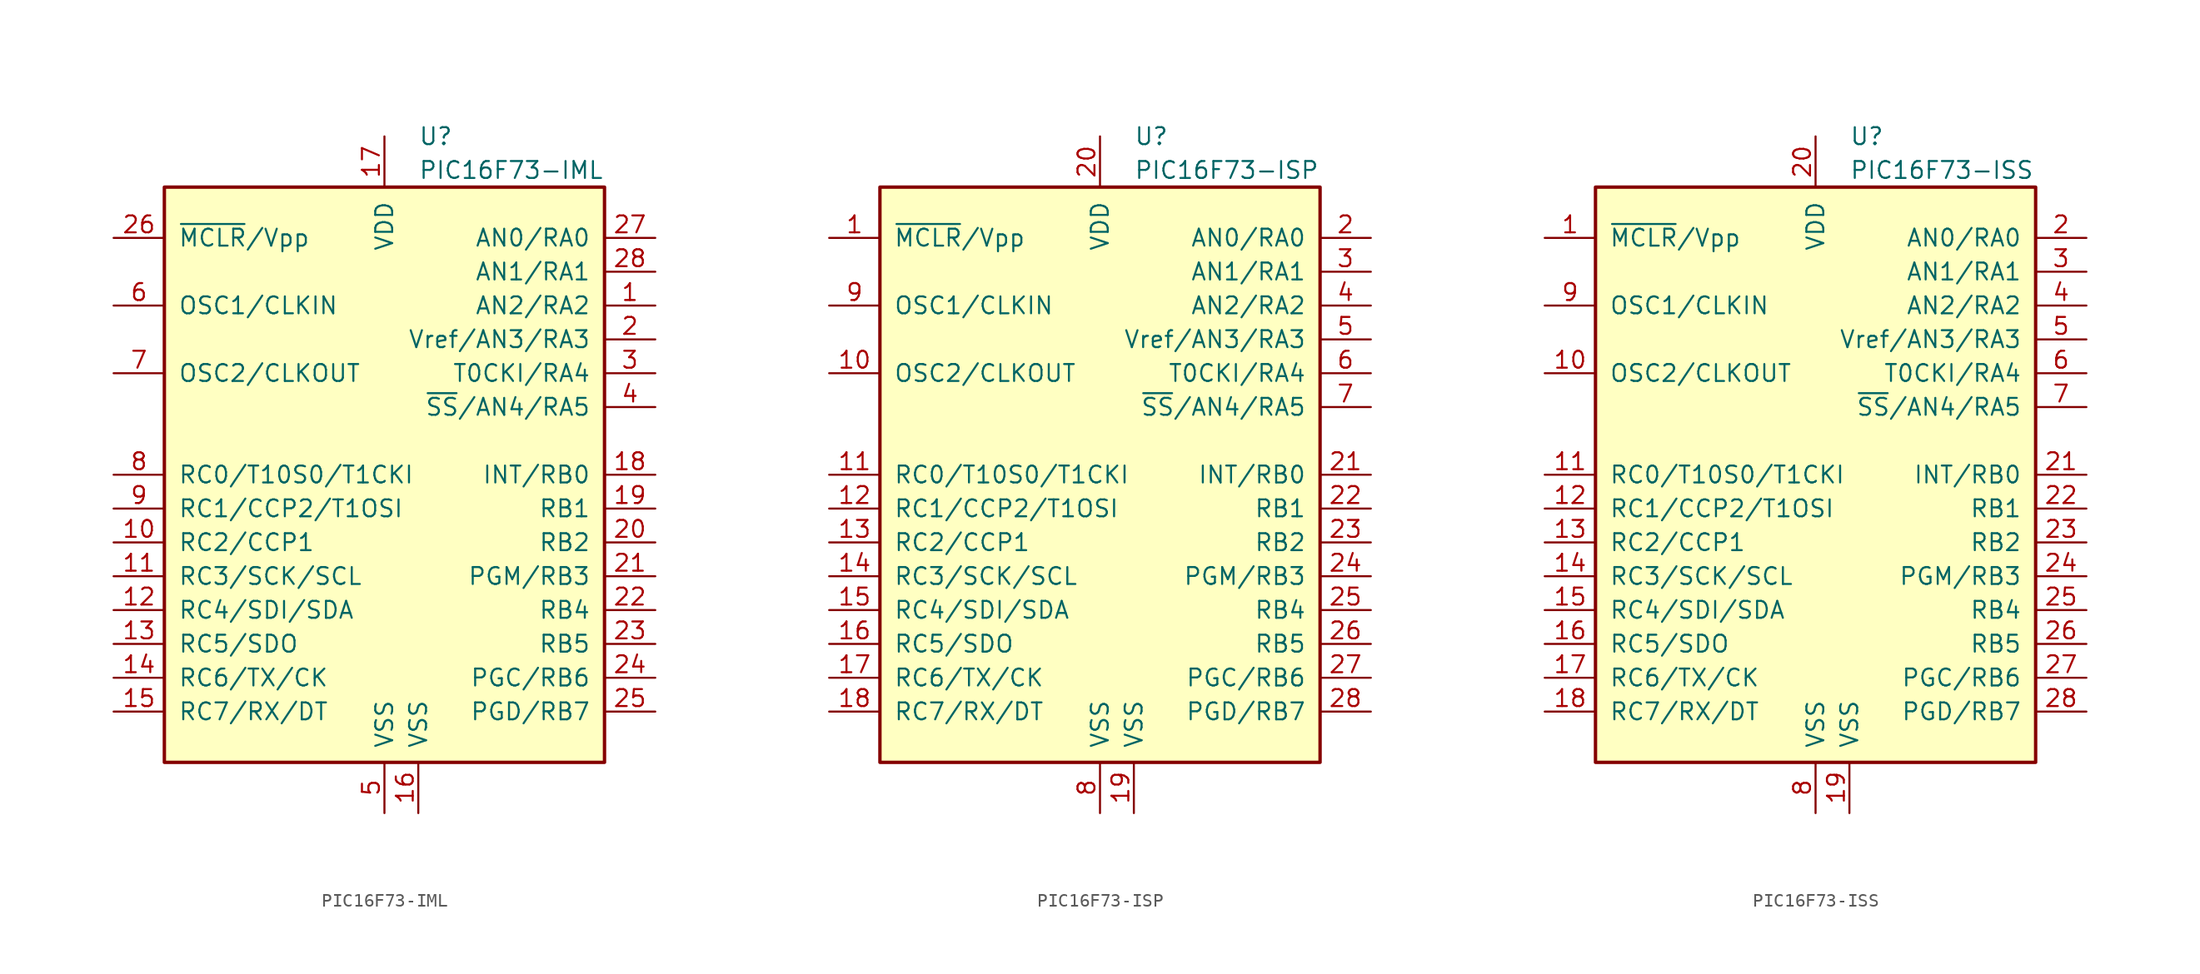
<source format=kicad_sym>
(kicad_symbol_lib
  (version 20220914)
  (generator kicad_symbol_editor)
  (symbol "PIC16F73-IML"
    (pin_names
      (offset 1.016))
    (property "Reference" "U"
      (at 2.54 25.4 0)
      (effects (font (size 1.27 1.27)) (justify left)))
    (property "Value" "PIC16F73-IML"
      (at 2.54 22.86 0)
      (effects (font (size 1.27 1.27)) (justify left)))
    (symbol "PIC16F73-IML_0_1"
      (rectangle (start -16.51 -21.59) (end 16.51 21.59) (stroke (width 0.254) (type default)) (fill (type background))))
    (symbol "PIC16F73-IML_1_1"
      (pin bidirectional line (at 20.32 12.7 180) (length 3.81) (name "AN2/RA2" (effects (font (size 1.27 1.27)))) (number "1" (effects (font (size 1.27 1.27)))))
      (pin bidirectional line (at -20.32 -5.08 0) (length 3.81) (name "RC2/CCP1" (effects (font (size 1.27 1.27)))) (number "10" (effects (font (size 1.27 1.27)))))
      (pin bidirectional line (at -20.32 -7.62 0) (length 3.81) (name "RC3/SCK/SCL" (effects (font (size 1.27 1.27)))) (number "11" (effects (font (size 1.27 1.27)))))
      (pin bidirectional line (at -20.32 -10.16 0) (length 3.81) (name "RC4/SDI/SDA" (effects (font (size 1.27 1.27)))) (number "12" (effects (font (size 1.27 1.27)))))
      (pin bidirectional line (at -20.32 -12.7 0) (length 3.81) (name "RC5/SDO" (effects (font (size 1.27 1.27)))) (number "13" (effects (font (size 1.27 1.27)))))
      (pin bidirectional line (at -20.32 -15.24 0) (length 3.81) (name "RC6/TX/CK" (effects (font (size 1.27 1.27)))) (number "14" (effects (font (size 1.27 1.27)))))
      (pin bidirectional line (at -20.32 -17.78 0) (length 3.81) (name "RC7/RX/DT" (effects (font (size 1.27 1.27)))) (number "15" (effects (font (size 1.27 1.27)))))
      (pin power_in line (at 2.54 -25.4 90) (length 3.81) (name "VSS" (effects (font (size 1.27 1.27)))) (number "16" (effects (font (size 1.27 1.27)))))
      (pin power_in line (at 0 25.4 270) (length 3.81) (name "VDD" (effects (font (size 1.27 1.27)))) (number "17" (effects (font (size 1.27 1.27)))))
      (pin bidirectional line (at 20.32 0 180) (length 3.81) (name "INT/RB0" (effects (font (size 1.27 1.27)))) (number "18" (effects (font (size 1.27 1.27)))))
      (pin bidirectional line (at 20.32 -2.54 180) (length 3.81) (name "RB1" (effects (font (size 1.27 1.27)))) (number "19" (effects (font (size 1.27 1.27)))))
      (pin bidirectional line (at 20.32 10.16 180) (length 3.81) (name "Vref/AN3/RA3" (effects (font (size 1.27 1.27)))) (number "2" (effects (font (size 1.27 1.27)))))
      (pin bidirectional line (at 20.32 -5.08 180) (length 3.81) (name "RB2" (effects (font (size 1.27 1.27)))) (number "20" (effects (font (size 1.27 1.27)))))
      (pin bidirectional line (at 20.32 -7.62 180) (length 3.81) (name "PGM/RB3" (effects (font (size 1.27 1.27)))) (number "21" (effects (font (size 1.27 1.27)))))
      (pin bidirectional line (at 20.32 -10.16 180) (length 3.81) (name "RB4" (effects (font (size 1.27 1.27)))) (number "22" (effects (font (size 1.27 1.27)))))
      (pin bidirectional line (at 20.32 -12.7 180) (length 3.81) (name "RB5" (effects (font (size 1.27 1.27)))) (number "23" (effects (font (size 1.27 1.27)))))
      (pin bidirectional line (at 20.32 -15.24 180) (length 3.81) (name "PGC/RB6" (effects (font (size 1.27 1.27)))) (number "24" (effects (font (size 1.27 1.27)))))
      (pin bidirectional line (at 20.32 -17.78 180) (length 3.81) (name "PGD/RB7" (effects (font (size 1.27 1.27)))) (number "25" (effects (font (size 1.27 1.27)))))
      (pin input line (at -20.32 17.78 0) (length 3.81) (name "~{MCLR}/Vpp" (effects (font (size 1.27 1.27)))) (number "26" (effects (font (size 1.27 1.27)))))
      (pin bidirectional line (at 20.32 17.78 180) (length 3.81) (name "AN0/RA0" (effects (font (size 1.27 1.27)))) (number "27" (effects (font (size 1.27 1.27)))))
      (pin bidirectional line (at 20.32 15.24 180) (length 3.81) (name "AN1/RA1" (effects (font (size 1.27 1.27)))) (number "28" (effects (font (size 1.27 1.27)))))
      (pin bidirectional line (at 20.32 7.62 180) (length 3.81) (name "T0CKI/RA4" (effects (font (size 1.27 1.27)))) (number "3" (effects (font (size 1.27 1.27)))))
      (pin bidirectional line (at 20.32 5.08 180) (length 3.81) (name "~{SS}/AN4/RA5" (effects (font (size 1.27 1.27)))) (number "4" (effects (font (size 1.27 1.27)))))
      (pin power_in line (at 0 -25.4 90) (length 3.81) (name "VSS" (effects (font (size 1.27 1.27)))) (number "5" (effects (font (size 1.27 1.27)))))
      (pin input line (at -20.32 12.7 0) (length 3.81) (name "OSC1/CLKIN" (effects (font (size 1.27 1.27)))) (number "6" (effects (font (size 1.27 1.27)))))
      (pin output line (at -20.32 7.62 0) (length 3.81) (name "OSC2/CLKOUT" (effects (font (size 1.27 1.27)))) (number "7" (effects (font (size 1.27 1.27)))))
      (pin bidirectional line (at -20.32 0 0) (length 3.81) (name "RC0/T10S0/T1CKI" (effects (font (size 1.27 1.27)))) (number "8" (effects (font (size 1.27 1.27)))))
      (pin bidirectional line (at -20.32 -2.54 0) (length 3.81) (name "RC1/CCP2/T1OSI" (effects (font (size 1.27 1.27)))) (number "9" (effects (font (size 1.27 1.27)))))))
  (symbol "PIC16F73-ISP"
    (pin_names
      (offset 1.016))
    (property "Reference" "U"
      (at 2.54 25.4 0)
      (effects (font (size 1.27 1.27)) (justify left)))
    (property "Value" "PIC16F73-ISP"
      (at 2.54 22.86 0)
      (effects (font (size 1.27 1.27)) (justify left)))
    (symbol "PIC16F73-ISP_0_1"
      (rectangle (start -16.51 -21.59) (end 16.51 21.59) (stroke (width 0.254) (type default)) (fill (type background))))
    (symbol "PIC16F73-ISP_1_1"
      (pin input line (at -20.32 17.78 0) (length 3.81) (name "~{MCLR}/Vpp" (effects (font (size 1.27 1.27)))) (number "1" (effects (font (size 1.27 1.27)))))
      (pin output line (at -20.32 7.62 0) (length 3.81) (name "OSC2/CLKOUT" (effects (font (size 1.27 1.27)))) (number "10" (effects (font (size 1.27 1.27)))))
      (pin bidirectional line (at -20.32 0 0) (length 3.81) (name "RC0/T10S0/T1CKI" (effects (font (size 1.27 1.27)))) (number "11" (effects (font (size 1.27 1.27)))))
      (pin bidirectional line (at -20.32 -2.54 0) (length 3.81) (name "RC1/CCP2/T1OSI" (effects (font (size 1.27 1.27)))) (number "12" (effects (font (size 1.27 1.27)))))
      (pin bidirectional line (at -20.32 -5.08 0) (length 3.81) (name "RC2/CCP1" (effects (font (size 1.27 1.27)))) (number "13" (effects (font (size 1.27 1.27)))))
      (pin bidirectional line (at -20.32 -7.62 0) (length 3.81) (name "RC3/SCK/SCL" (effects (font (size 1.27 1.27)))) (number "14" (effects (font (size 1.27 1.27)))))
      (pin bidirectional line (at -20.32 -10.16 0) (length 3.81) (name "RC4/SDI/SDA" (effects (font (size 1.27 1.27)))) (number "15" (effects (font (size 1.27 1.27)))))
      (pin bidirectional line (at -20.32 -12.7 0) (length 3.81) (name "RC5/SDO" (effects (font (size 1.27 1.27)))) (number "16" (effects (font (size 1.27 1.27)))))
      (pin bidirectional line (at -20.32 -15.24 0) (length 3.81) (name "RC6/TX/CK" (effects (font (size 1.27 1.27)))) (number "17" (effects (font (size 1.27 1.27)))))
      (pin bidirectional line (at -20.32 -17.78 0) (length 3.81) (name "RC7/RX/DT" (effects (font (size 1.27 1.27)))) (number "18" (effects (font (size 1.27 1.27)))))
      (pin power_in line (at 2.54 -25.4 90) (length 3.81) (name "VSS" (effects (font (size 1.27 1.27)))) (number "19" (effects (font (size 1.27 1.27)))))
      (pin bidirectional line (at 20.32 17.78 180) (length 3.81) (name "AN0/RA0" (effects (font (size 1.27 1.27)))) (number "2" (effects (font (size 1.27 1.27)))))
      (pin power_in line (at 0 25.4 270) (length 3.81) (name "VDD" (effects (font (size 1.27 1.27)))) (number "20" (effects (font (size 1.27 1.27)))))
      (pin bidirectional line (at 20.32 0 180) (length 3.81) (name "INT/RB0" (effects (font (size 1.27 1.27)))) (number "21" (effects (font (size 1.27 1.27)))))
      (pin bidirectional line (at 20.32 -2.54 180) (length 3.81) (name "RB1" (effects (font (size 1.27 1.27)))) (number "22" (effects (font (size 1.27 1.27)))))
      (pin bidirectional line (at 20.32 -5.08 180) (length 3.81) (name "RB2" (effects (font (size 1.27 1.27)))) (number "23" (effects (font (size 1.27 1.27)))))
      (pin bidirectional line (at 20.32 -7.62 180) (length 3.81) (name "PGM/RB3" (effects (font (size 1.27 1.27)))) (number "24" (effects (font (size 1.27 1.27)))))
      (pin bidirectional line (at 20.32 -10.16 180) (length 3.81) (name "RB4" (effects (font (size 1.27 1.27)))) (number "25" (effects (font (size 1.27 1.27)))))
      (pin bidirectional line (at 20.32 -12.7 180) (length 3.81) (name "RB5" (effects (font (size 1.27 1.27)))) (number "26" (effects (font (size 1.27 1.27)))))
      (pin bidirectional line (at 20.32 -15.24 180) (length 3.81) (name "PGC/RB6" (effects (font (size 1.27 1.27)))) (number "27" (effects (font (size 1.27 1.27)))))
      (pin bidirectional line (at 20.32 -17.78 180) (length 3.81) (name "PGD/RB7" (effects (font (size 1.27 1.27)))) (number "28" (effects (font (size 1.27 1.27)))))
      (pin bidirectional line (at 20.32 15.24 180) (length 3.81) (name "AN1/RA1" (effects (font (size 1.27 1.27)))) (number "3" (effects (font (size 1.27 1.27)))))
      (pin bidirectional line (at 20.32 12.7 180) (length 3.81) (name "AN2/RA2" (effects (font (size 1.27 1.27)))) (number "4" (effects (font (size 1.27 1.27)))))
      (pin bidirectional line (at 20.32 10.16 180) (length 3.81) (name "Vref/AN3/RA3" (effects (font (size 1.27 1.27)))) (number "5" (effects (font (size 1.27 1.27)))))
      (pin bidirectional line (at 20.32 7.62 180) (length 3.81) (name "T0CKI/RA4" (effects (font (size 1.27 1.27)))) (number "6" (effects (font (size 1.27 1.27)))))
      (pin bidirectional line (at 20.32 5.08 180) (length 3.81) (name "~{SS}/AN4/RA5" (effects (font (size 1.27 1.27)))) (number "7" (effects (font (size 1.27 1.27)))))
      (pin power_in line (at 0 -25.4 90) (length 3.81) (name "VSS" (effects (font (size 1.27 1.27)))) (number "8" (effects (font (size 1.27 1.27)))))
      (pin input line (at -20.32 12.7 0) (length 3.81) (name "OSC1/CLKIN" (effects (font (size 1.27 1.27)))) (number "9" (effects (font (size 1.27 1.27)))))))
  (symbol "PIC16F73-ISS"
    (pin_names
      (offset 1.016))
    (property "Reference" "U"
      (at 2.54 25.4 0)
      (effects (font (size 1.27 1.27)) (justify left)))
    (property "Value" "PIC16F73-ISS"
      (at 2.54 22.86 0)
      (effects (font (size 1.27 1.27)) (justify left)))
    (symbol "PIC16F73-ISS_0_1"
      (rectangle (start -16.51 -21.59) (end 16.51 21.59) (stroke (width 0.254) (type default)) (fill (type background))))
    (symbol "PIC16F73-ISS_1_1"
      (pin input line (at -20.32 17.78 0) (length 3.81) (name "~{MCLR}/Vpp" (effects (font (size 1.27 1.27)))) (number "1" (effects (font (size 1.27 1.27)))))
      (pin output line (at -20.32 7.62 0) (length 3.81) (name "OSC2/CLKOUT" (effects (font (size 1.27 1.27)))) (number "10" (effects (font (size 1.27 1.27)))))
      (pin bidirectional line (at -20.32 0 0) (length 3.81) (name "RC0/T10S0/T1CKI" (effects (font (size 1.27 1.27)))) (number "11" (effects (font (size 1.27 1.27)))))
      (pin bidirectional line (at -20.32 -2.54 0) (length 3.81) (name "RC1/CCP2/T1OSI" (effects (font (size 1.27 1.27)))) (number "12" (effects (font (size 1.27 1.27)))))
      (pin bidirectional line (at -20.32 -5.08 0) (length 3.81) (name "RC2/CCP1" (effects (font (size 1.27 1.27)))) (number "13" (effects (font (size 1.27 1.27)))))
      (pin bidirectional line (at -20.32 -7.62 0) (length 3.81) (name "RC3/SCK/SCL" (effects (font (size 1.27 1.27)))) (number "14" (effects (font (size 1.27 1.27)))))
      (pin bidirectional line (at -20.32 -10.16 0) (length 3.81) (name "RC4/SDI/SDA" (effects (font (size 1.27 1.27)))) (number "15" (effects (font (size 1.27 1.27)))))
      (pin bidirectional line (at -20.32 -12.7 0) (length 3.81) (name "RC5/SDO" (effects (font (size 1.27 1.27)))) (number "16" (effects (font (size 1.27 1.27)))))
      (pin bidirectional line (at -20.32 -15.24 0) (length 3.81) (name "RC6/TX/CK" (effects (font (size 1.27 1.27)))) (number "17" (effects (font (size 1.27 1.27)))))
      (pin bidirectional line (at -20.32 -17.78 0) (length 3.81) (name "RC7/RX/DT" (effects (font (size 1.27 1.27)))) (number "18" (effects (font (size 1.27 1.27)))))
      (pin power_in line (at 2.54 -25.4 90) (length 3.81) (name "VSS" (effects (font (size 1.27 1.27)))) (number "19" (effects (font (size 1.27 1.27)))))
      (pin bidirectional line (at 20.32 17.78 180) (length 3.81) (name "AN0/RA0" (effects (font (size 1.27 1.27)))) (number "2" (effects (font (size 1.27 1.27)))))
      (pin power_in line (at 0 25.4 270) (length 3.81) (name "VDD" (effects (font (size 1.27 1.27)))) (number "20" (effects (font (size 1.27 1.27)))))
      (pin bidirectional line (at 20.32 0 180) (length 3.81) (name "INT/RB0" (effects (font (size 1.27 1.27)))) (number "21" (effects (font (size 1.27 1.27)))))
      (pin bidirectional line (at 20.32 -2.54 180) (length 3.81) (name "RB1" (effects (font (size 1.27 1.27)))) (number "22" (effects (font (size 1.27 1.27)))))
      (pin bidirectional line (at 20.32 -5.08 180) (length 3.81) (name "RB2" (effects (font (size 1.27 1.27)))) (number "23" (effects (font (size 1.27 1.27)))))
      (pin bidirectional line (at 20.32 -7.62 180) (length 3.81) (name "PGM/RB3" (effects (font (size 1.27 1.27)))) (number "24" (effects (font (size 1.27 1.27)))))
      (pin bidirectional line (at 20.32 -10.16 180) (length 3.81) (name "RB4" (effects (font (size 1.27 1.27)))) (number "25" (effects (font (size 1.27 1.27)))))
      (pin bidirectional line (at 20.32 -12.7 180) (length 3.81) (name "RB5" (effects (font (size 1.27 1.27)))) (number "26" (effects (font (size 1.27 1.27)))))
      (pin bidirectional line (at 20.32 -15.24 180) (length 3.81) (name "PGC/RB6" (effects (font (size 1.27 1.27)))) (number "27" (effects (font (size 1.27 1.27)))))
      (pin bidirectional line (at 20.32 -17.78 180) (length 3.81) (name "PGD/RB7" (effects (font (size 1.27 1.27)))) (number "28" (effects (font (size 1.27 1.27)))))
      (pin bidirectional line (at 20.32 15.24 180) (length 3.81) (name "AN1/RA1" (effects (font (size 1.27 1.27)))) (number "3" (effects (font (size 1.27 1.27)))))
      (pin bidirectional line (at 20.32 12.7 180) (length 3.81) (name "AN2/RA2" (effects (font (size 1.27 1.27)))) (number "4" (effects (font (size 1.27 1.27)))))
      (pin bidirectional line (at 20.32 10.16 180) (length 3.81) (name "Vref/AN3/RA3" (effects (font (size 1.27 1.27)))) (number "5" (effects (font (size 1.27 1.27)))))
      (pin bidirectional line (at 20.32 7.62 180) (length 3.81) (name "T0CKI/RA4" (effects (font (size 1.27 1.27)))) (number "6" (effects (font (size 1.27 1.27)))))
      (pin bidirectional line (at 20.32 5.08 180) (length 3.81) (name "~{SS}/AN4/RA5" (effects (font (size 1.27 1.27)))) (number "7" (effects (font (size 1.27 1.27)))))
      (pin power_in line (at 0 -25.4 90) (length 3.81) (name "VSS" (effects (font (size 1.27 1.27)))) (number "8" (effects (font (size 1.27 1.27)))))
      (pin input line (at -20.32 12.7 0) (length 3.81) (name "OSC1/CLKIN" (effects (font (size 1.27 1.27)))) (number "9" (effects (font (size 1.27 1.27))))))))
</source>
